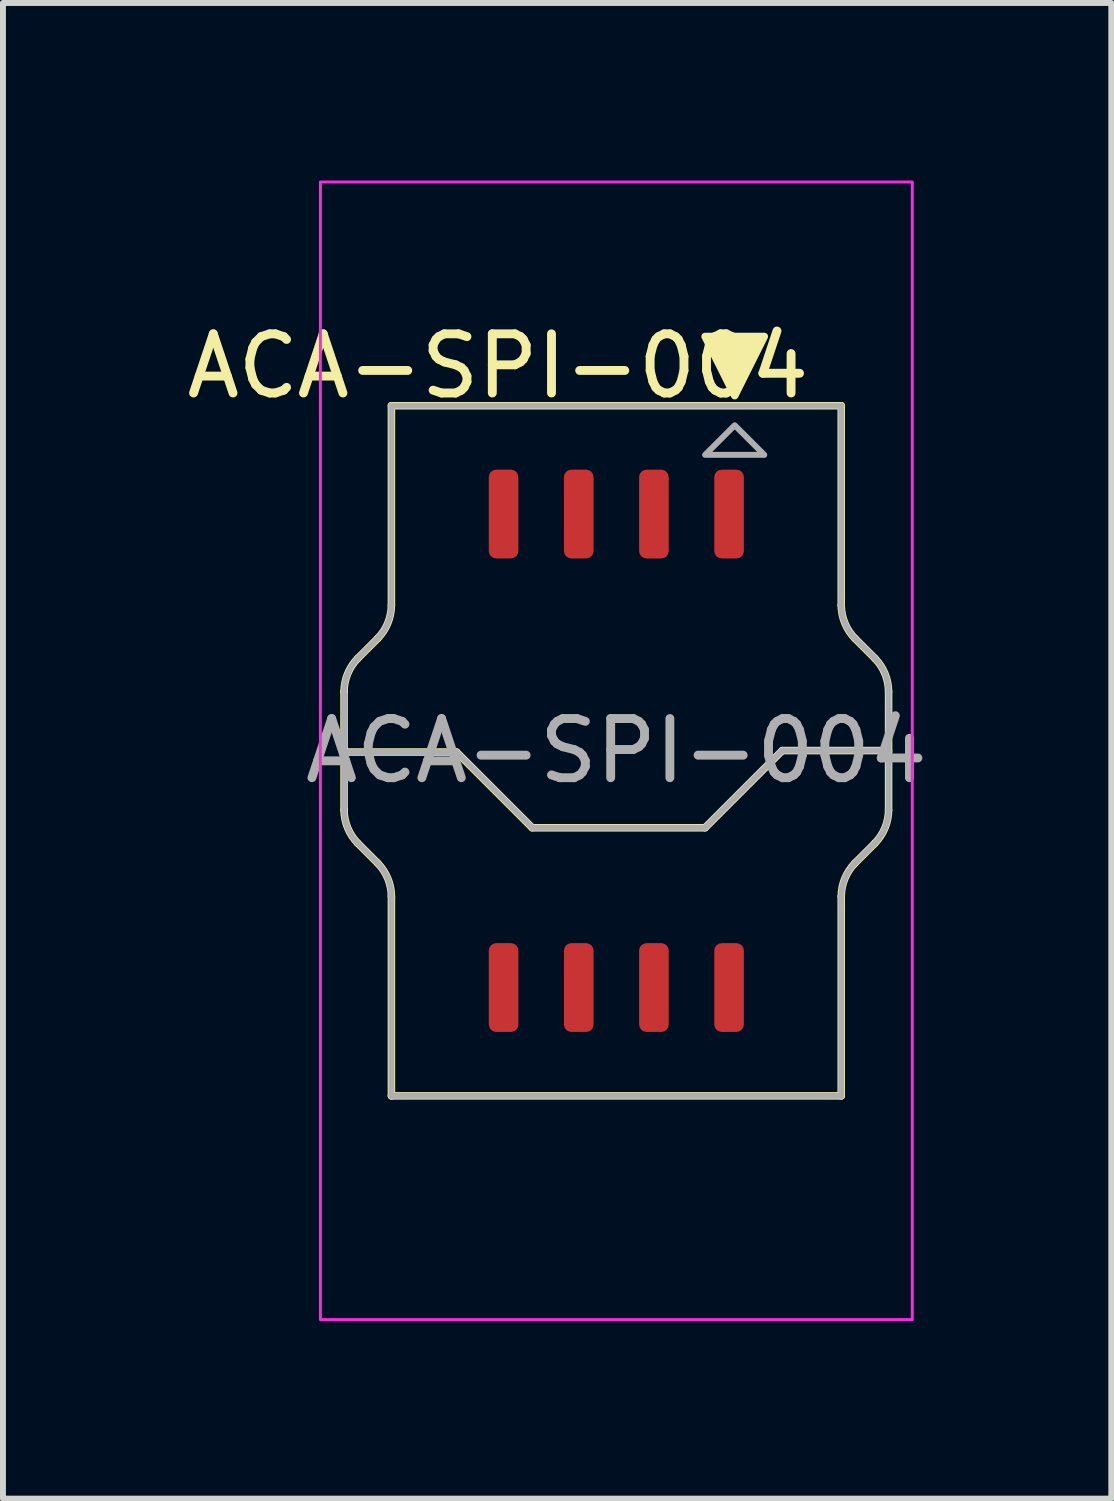
<source format=kicad_pcb>
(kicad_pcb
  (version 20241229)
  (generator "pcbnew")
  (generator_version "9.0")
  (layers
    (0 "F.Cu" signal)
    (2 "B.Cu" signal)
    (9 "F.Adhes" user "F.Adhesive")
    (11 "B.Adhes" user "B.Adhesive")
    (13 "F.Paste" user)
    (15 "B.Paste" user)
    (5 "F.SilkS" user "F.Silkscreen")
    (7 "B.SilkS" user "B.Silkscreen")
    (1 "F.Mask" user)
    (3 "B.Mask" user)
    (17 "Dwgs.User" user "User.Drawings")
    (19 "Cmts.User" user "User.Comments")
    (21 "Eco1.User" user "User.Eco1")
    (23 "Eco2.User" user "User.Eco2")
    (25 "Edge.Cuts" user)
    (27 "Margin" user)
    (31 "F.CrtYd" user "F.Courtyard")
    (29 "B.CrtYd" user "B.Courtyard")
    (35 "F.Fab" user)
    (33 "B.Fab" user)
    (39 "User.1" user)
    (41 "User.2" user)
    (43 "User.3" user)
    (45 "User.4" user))
  (footprint "ACA-SPI-004"
    (layer "F.Cu")
    (at 7.363 9.635)
    (property "Reference" "ACA-SPI-004" (at -2 -6.5 0) (layer "F.SilkS") (effects (font (size 1 1) (thickness 0.15))))
    (attr smd)
    (fp_line (start -4.6 0.021) (end -2.7 0.021) (stroke (width 0.127) (type solid)) (layer "F.SilkS"))
    (fp_line (start -4.6 1) (end -4.6 -1) (stroke (width 0.127) (type solid)) (layer "F.SilkS"))
    (fp_line (start -4.37 -1.56) (end -4.03 -1.9) (stroke (width 0.127) (type solid)) (layer "F.SilkS"))
    (fp_line (start -4.37 1.56) (end -4.03 1.9) (stroke (width 0.127) (type solid)) (layer "F.SilkS"))
    (fp_line (start -3.8 -2.46) (end -3.8 -5.83) (stroke (width 0.127) (type solid)) (layer "F.SilkS"))
    (fp_line (start -3.8 -5.83) (end 3.8 -5.83) (stroke (width 0.127) (type solid)) (layer "F.SilkS"))
    (fp_line (start -3.8 5.83) (end -3.8 2.46) (stroke (width 0.127) (type solid)) (layer "F.SilkS"))
    (fp_line (start -3.8 5.83) (end 3.8 5.83) (stroke (width 0.127) (type solid)) (layer "F.SilkS"))
    (fp_line (start -2.7 0.021) (end -1.421 1.3) (stroke (width 0.127) (type solid)) (layer "F.SilkS"))
    (fp_line (start -1.421 1.3) (end 1.5 1.3) (stroke (width 0.127) (type solid)) (layer "F.SilkS"))
    (fp_line (start 1.5 1.3) (end 2.804 -0.004) (stroke (width 0.127) (type solid)) (layer "F.SilkS"))
    (fp_line (start 2.804 -0.004) (end 4.6 -0.004) (stroke (width 0.127) (type solid)) (layer "F.SilkS"))
    (fp_line (start 3.8 5.83) (end 3.8 2.46) (stroke (width 0.127) (type solid)) (layer "F.SilkS"))
    (fp_line (start 3.8 -2.46) (end 3.8 -5.83) (stroke (width 0.127) (type solid)) (layer "F.SilkS"))
    (fp_line (start 4.03 -1.9) (end 4.37 -1.56) (stroke (width 0.127) (type solid)) (layer "F.SilkS"))
    (fp_line (start 4.37 1.56) (end 4.03 1.9) (stroke (width 0.127) (type solid)) (layer "F.SilkS"))
    (fp_line (start 4.6 1) (end 4.6 -1) (stroke (width 0.127) (type solid)) (layer "F.SilkS"))
    (fp_arc (start -4.6 -1) (mid -4.54 -1.3) (end -4.37 -1.56) (stroke (width 0.127) (type default)) (layer "F.SilkS"))
    (fp_arc (start -4.37 1.56) (mid -4.54 1.3) (end -4.6 1) (stroke (width 0.127) (type default)) (layer "F.SilkS"))
    (fp_arc (start -4.03 1.9) (mid -3.86 2.16) (end -3.8 2.46) (stroke (width 0.127) (type default)) (layer "F.SilkS"))
    (fp_arc (start -3.8 -2.46) (mid -3.86 -2.16) (end -4.03 -1.9) (stroke (width 0.127) (type default)) (layer "F.SilkS"))
    (fp_arc (start 3.8 2.46) (mid 3.86 2.16) (end 4.03 1.9) (stroke (width 0.127) (type default)) (layer "F.SilkS"))
    (fp_arc (start 4.03 -1.9) (mid 3.86 -2.16) (end 3.8 -2.46) (stroke (width 0.127) (type default)) (layer "F.SilkS"))
    (fp_arc (start 4.37 -1.56) (mid 4.54 -1.3) (end 4.6 -1) (stroke (width 0.127) (type default)) (layer "F.SilkS"))
    (fp_arc (start 4.6 1) (mid 4.54 1.3) (end 4.37 1.56) (stroke (width 0.127) (type default)) (layer "F.SilkS"))
    (fp_poly (pts (xy 2 -6) (xy 2.5 -7) (xy 1.5 -7)) (stroke (width 0.127) (type solid)) (fill yes) (layer "F.SilkS"))
    (fp_rect (start -5 -9.61) (end 5 9.61) (stroke (width 0.05) (type solid)) (fill no) (layer "F.CrtYd"))
    (fp_line (start -4.6 0.021) (end -2.7 0.021) (stroke (width 0.1) (type solid)) (layer "F.Fab"))
    (fp_line (start -4.6 1) (end -4.6 -1) (stroke (width 0.1) (type solid)) (layer "F.Fab"))
    (fp_line (start -4.37 -1.56) (end -4.03 -1.9) (stroke (width 0.1) (type solid)) (layer "F.Fab"))
    (fp_line (start -4.37 1.56) (end -4.03 1.9) (stroke (width 0.1) (type solid)) (layer "F.Fab"))
    (fp_line (start -3.8 -2.46) (end -3.8 -5.83) (stroke (width 0.1) (type solid)) (layer "F.Fab"))
    (fp_line (start -3.8 -5.83) (end 3.8 -5.83) (stroke (width 0.1) (type solid)) (layer "F.Fab"))
    (fp_line (start -3.8 5.83) (end -3.8 2.46) (stroke (width 0.1) (type solid)) (layer "F.Fab"))
    (fp_line (start -3.8 5.83) (end 3.8 5.83) (stroke (width 0.1) (type solid)) (layer "F.Fab"))
    (fp_line (start -2.7 0.021) (end -1.421 1.3) (stroke (width 0.1) (type solid)) (layer "F.Fab"))
    (fp_line (start -1.421 1.3) (end 1.5 1.3) (stroke (width 0.1) (type solid)) (layer "F.Fab"))
    (fp_line (start 1.5 1.3) (end 2.804 -0.004) (stroke (width 0.1) (type solid)) (layer "F.Fab"))
    (fp_line (start 2.804 -0.004) (end 4.6 -0.004) (stroke (width 0.1) (type solid)) (layer "F.Fab"))
    (fp_line (start 3.8 5.83) (end 3.8 2.46) (stroke (width 0.1) (type solid)) (layer "F.Fab"))
    (fp_line (start 3.8 -2.46) (end 3.8 -5.83) (stroke (width 0.1) (type solid)) (layer "F.Fab"))
    (fp_line (start 4.03 -1.9) (end 4.37 -1.56) (stroke (width 0.1) (type solid)) (layer "F.Fab"))
    (fp_line (start 4.37 1.56) (end 4.03 1.9) (stroke (width 0.1) (type solid)) (layer "F.Fab"))
    (fp_line (start 4.6 1) (end 4.6 -1) (stroke (width 0.1) (type solid)) (layer "F.Fab"))
    (fp_arc (start -4.6 -1) (mid -4.54 -1.3) (end -4.37 -1.56) (stroke (width 0.1) (type default)) (layer "F.Fab"))
    (fp_arc (start -4.37 1.56) (mid -4.54 1.3) (end -4.6 1) (stroke (width 0.1) (type default)) (layer "F.Fab"))
    (fp_arc (start -4.03 1.9) (mid -3.86 2.16) (end -3.8 2.46) (stroke (width 0.1) (type default)) (layer "F.Fab"))
    (fp_arc (start -3.8 -2.46) (mid -3.86 -2.16) (end -4.03 -1.9) (stroke (width 0.1) (type default)) (layer "F.Fab"))
    (fp_arc (start 3.8 2.46) (mid 3.86 2.16) (end 4.03 1.9) (stroke (width 0.1) (type default)) (layer "F.Fab"))
    (fp_arc (start 4.03 -1.9) (mid 3.86 -2.16) (end 3.8 -2.46) (stroke (width 0.1) (type default)) (layer "F.Fab"))
    (fp_arc (start 4.37 -1.56) (mid 4.54 -1.3) (end 4.6 -1) (stroke (width 0.1) (type default)) (layer "F.Fab"))
    (fp_arc (start 4.6 1) (mid 4.54 1.3) (end 4.37 1.56) (stroke (width 0.1) (type default)) (layer "F.Fab"))
    (fp_poly (pts (xy 1.5 -5) (xy 2.5 -5) (xy 2 -5.5)) (stroke (width 0.1) (type solid)) (fill no) (layer "F.Fab"))
    (fp_text user "${REFERENCE}" (at 0 0 0) (layer "F.Fab") (effects (font (size 1 1) (thickness 0.15))))
    (pad "1" smd roundrect (at 1.905 -4 270) (size 1.5 0.5) (layers "F.Cu" "F.Mask" "F.Paste") (roundrect_rratio 0.25))
    (pad "2" smd roundrect (at 0.635 -4 270) (size 1.5 0.5) (layers "F.Cu" "F.Mask" "F.Paste") (roundrect_rratio 0.25))
    (pad "3" smd roundrect (at -0.635 -4 270) (size 1.5 0.5) (layers "F.Cu" "F.Mask" "F.Paste") (roundrect_rratio 0.25))
    (pad "4" smd roundrect (at -1.905 -4 270) (size 1.5 0.5) (layers "F.Cu" "F.Mask" "F.Paste") (roundrect_rratio 0.25))
    (pad "5" smd roundrect (at -1.905 4 270) (size 1.5 0.5) (layers "F.Cu" "F.Mask" "F.Paste") (roundrect_rratio 0.25))
    (pad "6" smd roundrect (at -0.635 4 270) (size 1.5 0.5) (layers "F.Cu" "F.Mask" "F.Paste") (roundrect_rratio 0.25))
    (pad "7" smd roundrect (at 0.635 4 270) (size 1.5 0.5) (layers "F.Cu" "F.Mask" "F.Paste") (roundrect_rratio 0.25))
    (pad "8" smd roundrect (at 1.905 4 270) (size 1.5 0.5) (layers "F.Cu" "F.Mask" "F.Paste") (roundrect_rratio 0.25)))
  (gr_rect
    (start -3 -3)
    (end 15.726 22.27)
    (stroke (width 0.1) (type default))
    (fill no)
    (layer "Edge.Cuts")))
</source>
